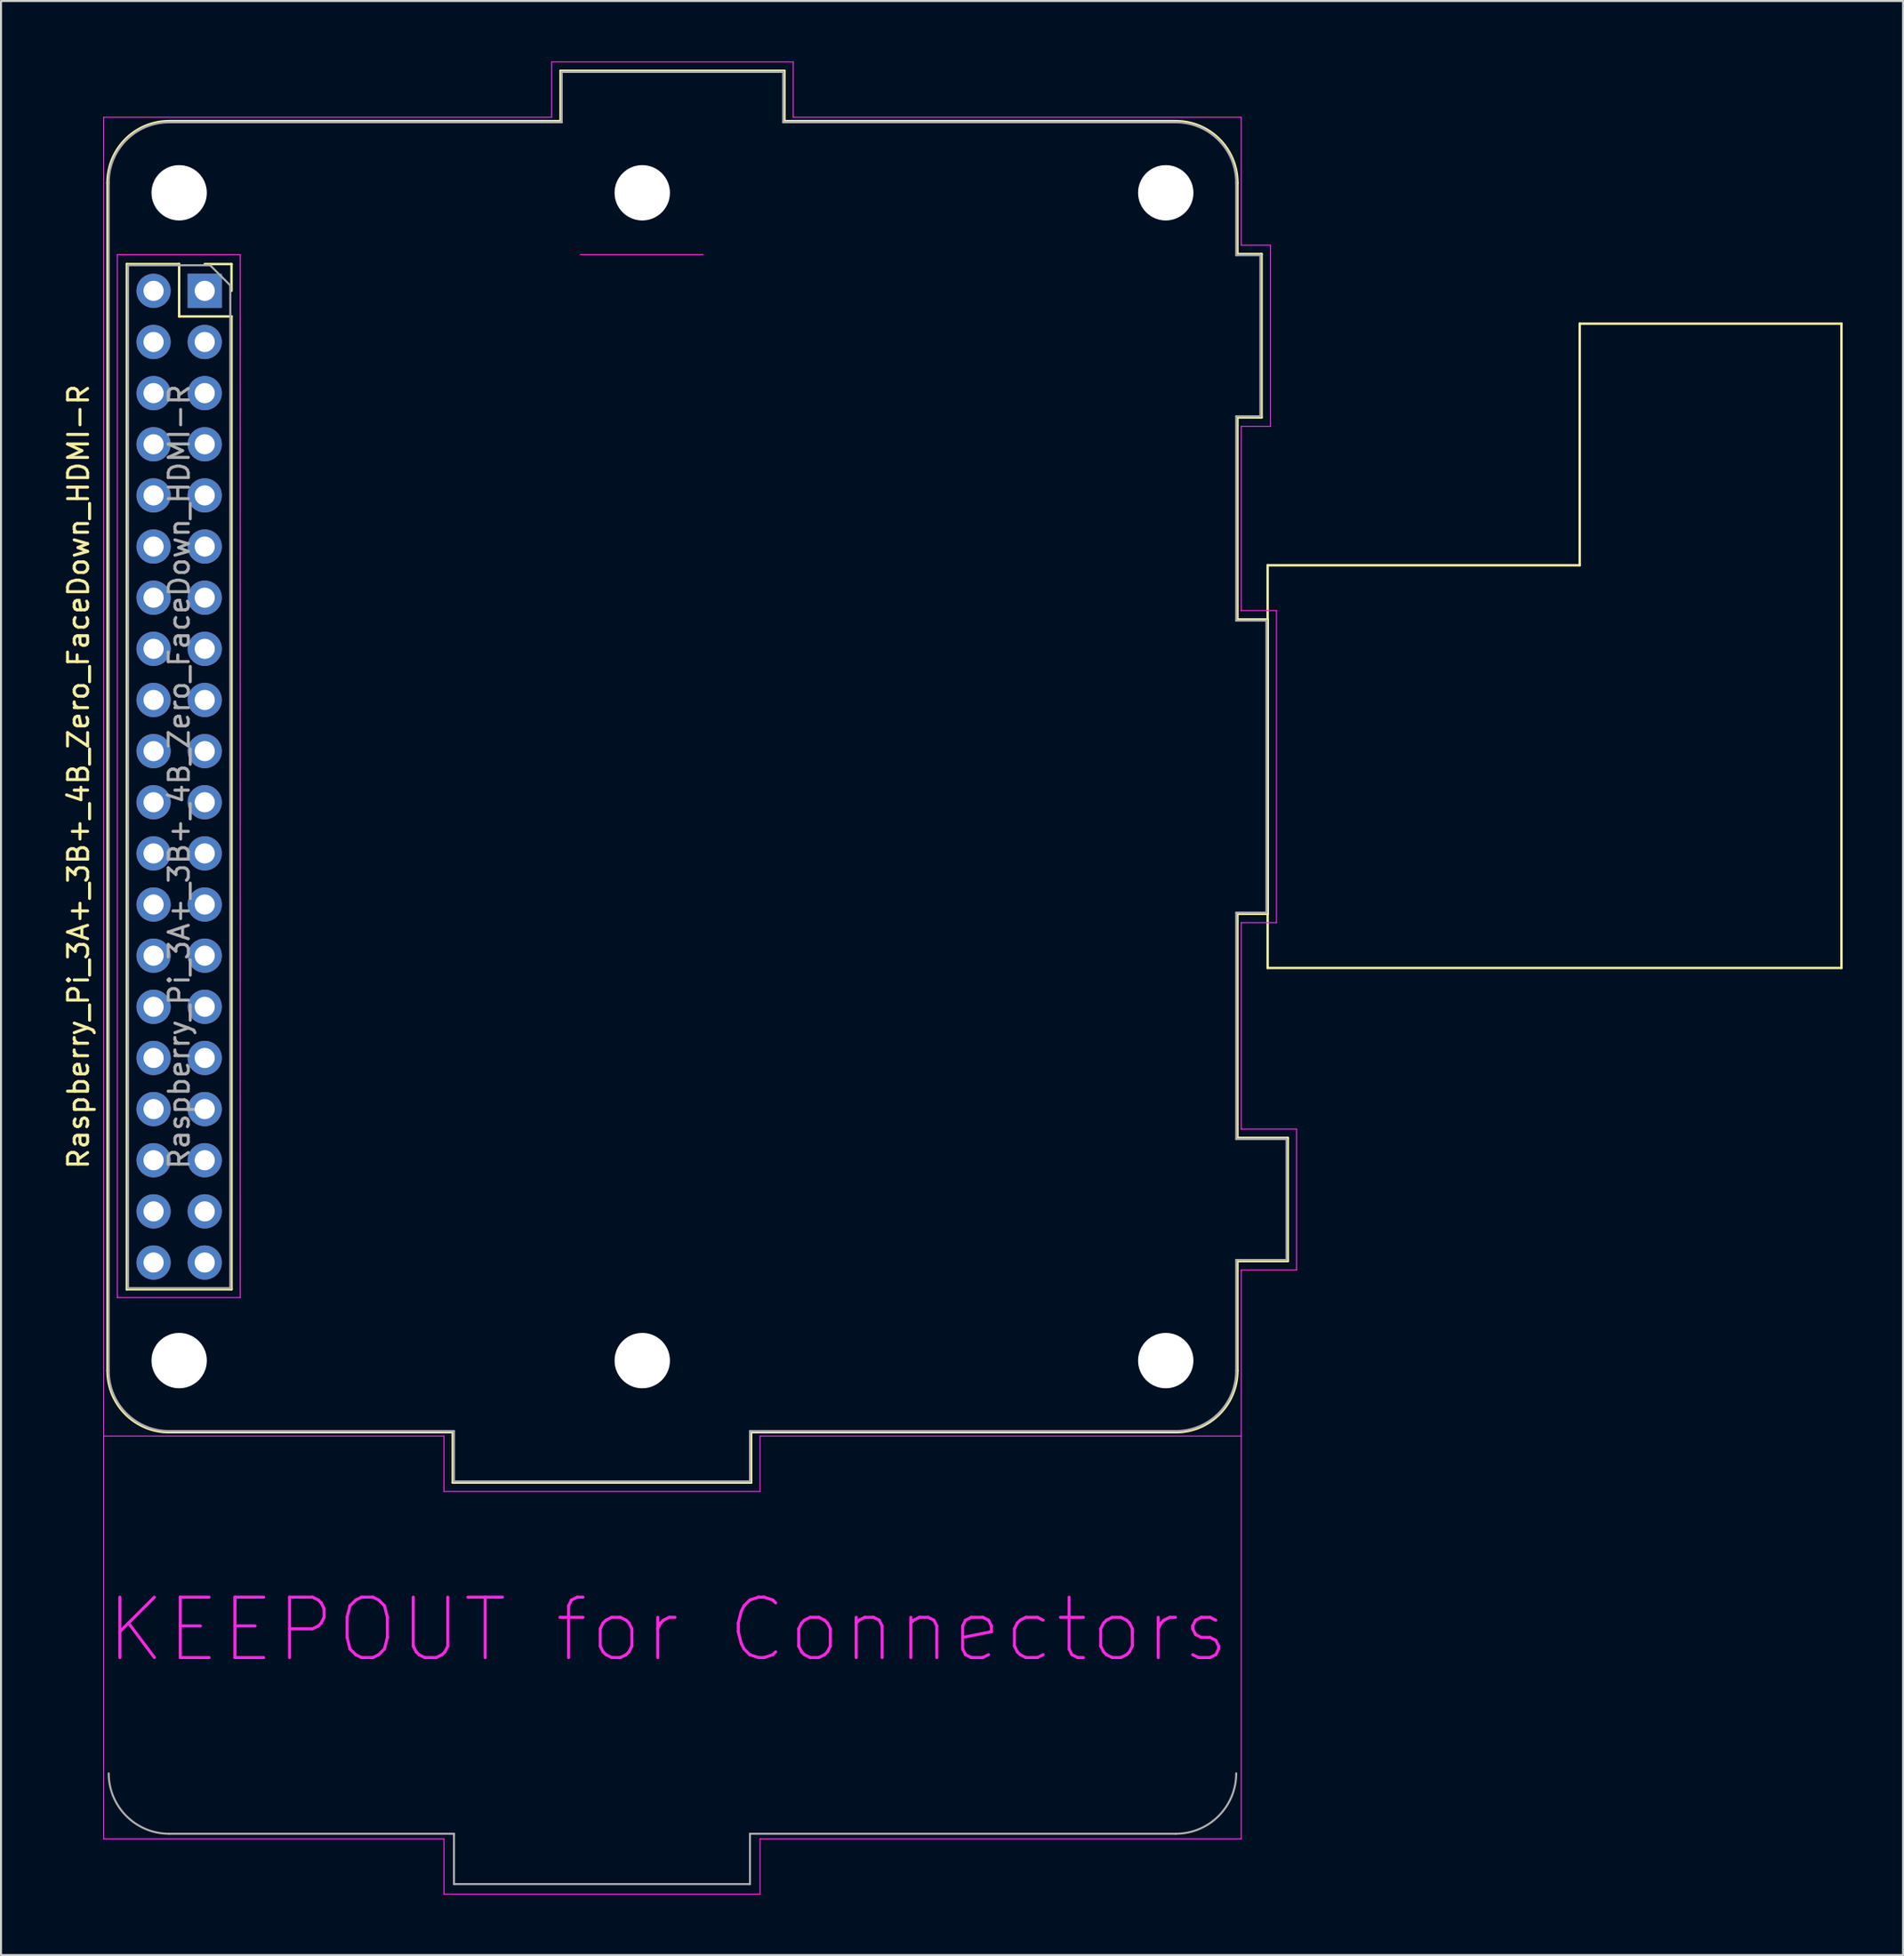
<source format=kicad_pcb>
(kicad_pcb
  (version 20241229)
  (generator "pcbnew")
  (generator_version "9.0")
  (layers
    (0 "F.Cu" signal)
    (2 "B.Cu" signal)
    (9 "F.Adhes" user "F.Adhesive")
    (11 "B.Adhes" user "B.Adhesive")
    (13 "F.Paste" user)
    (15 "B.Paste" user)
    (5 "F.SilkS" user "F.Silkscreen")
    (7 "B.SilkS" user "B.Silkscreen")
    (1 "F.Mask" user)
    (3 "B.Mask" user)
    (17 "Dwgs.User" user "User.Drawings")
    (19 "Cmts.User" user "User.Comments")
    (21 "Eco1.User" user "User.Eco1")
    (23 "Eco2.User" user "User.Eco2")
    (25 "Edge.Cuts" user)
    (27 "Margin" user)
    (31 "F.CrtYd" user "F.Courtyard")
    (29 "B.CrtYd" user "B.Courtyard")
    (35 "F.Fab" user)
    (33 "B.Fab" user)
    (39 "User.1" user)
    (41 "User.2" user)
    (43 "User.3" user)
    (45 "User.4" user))
  (footprint "Raspberry_Pi_3A+_3B+_4B_Zero_FaceDown_HDMI-R"
    (layer "F.Cu")
    (at 7.118 11.395)
    (property "Reference" "Raspberry_Pi_3A+_3B+_4B_Zero_FaceDown_HDMI-R" (at -6.27 24.13 90) (layer "F.SilkS") (effects (font (size 1 1) (thickness 0.15))))
    (attr through_hole)
    (fp_line (start -4.83 53.63) (end -4.83 -5.37) (stroke (width 0.12) (type solid)) (layer "F.SilkS"))
    (fp_line (start -3.87 -1.33) (end -3.87 49.59) (stroke (width 0.12) (type solid)) (layer "F.SilkS"))
    (fp_line (start -3.87 -1.33) (end -1.27 -1.33) (stroke (width 0.12) (type solid)) (layer "F.SilkS"))
    (fp_line (start -3.87 49.59) (end 1.33 49.59) (stroke (width 0.12) (type solid)) (layer "F.SilkS"))
    (fp_line (start -1.77 -8.43) (end 17.67 -8.43) (stroke (width 0.12) (type solid)) (layer "F.SilkS"))
    (fp_line (start -1.77 56.69) (end 12.32 56.69) (stroke (width 0.12) (type solid)) (layer "F.SilkS"))
    (fp_line (start -1.27 -1.33) (end -1.27 1.27) (stroke (width 0.12) (type solid)) (layer "F.SilkS"))
    (fp_line (start -1.27 1.27) (end 1.33 1.27) (stroke (width 0.12) (type solid)) (layer "F.SilkS"))
    (fp_line (start 0 -1.33) (end 1.33 -1.33) (stroke (width 0.12) (type solid)) (layer "F.SilkS"))
    (fp_line (start 1.33 -1.33) (end 1.33 0) (stroke (width 0.12) (type solid)) (layer "F.SilkS"))
    (fp_line (start 1.33 1.27) (end 1.33 49.59) (stroke (width 0.12) (type solid)) (layer "F.SilkS"))
    (fp_line (start 12.32 56.69) (end 12.32 59.19) (stroke (width 0.12) (type solid)) (layer "F.SilkS"))
    (fp_line (start 12.32 59.19) (end 27.14 59.19) (stroke (width 0.12) (type solid)) (layer "F.SilkS"))
    (fp_line (start 17.67 -10.93) (end 17.67 -8.43) (stroke (width 0.12) (type solid)) (layer "F.SilkS"))
    (fp_line (start 27.14 56.69) (end 48.23 56.69) (stroke (width 0.12) (type solid)) (layer "F.SilkS"))
    (fp_line (start 27.14 59.19) (end 27.14 56.69) (stroke (width 0.12) (type solid)) (layer "F.SilkS"))
    (fp_line (start 28.79 -10.93) (end 17.67 -10.93) (stroke (width 0.12) (type solid)) (layer "F.SilkS"))
    (fp_line (start 28.79 -8.43) (end 28.79 -10.93) (stroke (width 0.12) (type solid)) (layer "F.SilkS"))
    (fp_line (start 48.23 -8.43) (end 28.79 -8.43) (stroke (width 0.12) (type solid)) (layer "F.SilkS"))
    (fp_line (start 51.29 -5.37) (end 51.29 -1.83) (stroke (width 0.12) (type solid)) (layer "F.SilkS"))
    (fp_line (start 51.29 -1.83) (end 52.49 -1.83) (stroke (width 0.12) (type solid)) (layer "F.SilkS"))
    (fp_line (start 51.29 6.29) (end 51.29 16.32) (stroke (width 0.12) (type solid)) (layer "F.SilkS"))
    (fp_line (start 51.29 16.32) (end 52.79 16.32) (stroke (width 0.12) (type solid)) (layer "F.SilkS"))
    (fp_line (start 51.29 30.94) (end 51.29 42.07) (stroke (width 0.12) (type solid)) (layer "F.SilkS"))
    (fp_line (start 51.29 42.07) (end 53.79 42.07) (stroke (width 0.12) (type solid)) (layer "F.SilkS"))
    (fp_line (start 51.29 48.19) (end 51.29 53.63) (stroke (width 0.12) (type solid)) (layer "F.SilkS"))
    (fp_line (start 52.49 -1.83) (end 52.49 6.29) (stroke (width 0.12) (type solid)) (layer "F.SilkS"))
    (fp_line (start 52.49 6.29) (end 51.29 6.29) (stroke (width 0.12) (type solid)) (layer "F.SilkS"))
    (fp_line (start 52.79 13.63) (end 52.79 33.63) (stroke (width 0.12) (type solid)) (layer "F.SilkS"))
    (fp_line (start 52.79 13.63) (end 68.29 13.63) (stroke (width 0.12) (type solid)) (layer "F.SilkS"))
    (fp_line (start 52.79 16.32) (end 52.79 30.94) (stroke (width 0.12) (type solid)) (layer "F.SilkS"))
    (fp_line (start 52.79 30.94) (end 51.29 30.94) (stroke (width 0.12) (type solid)) (layer "F.SilkS"))
    (fp_line (start 52.79 33.63) (end 81.29 33.63) (stroke (width 0.12) (type solid)) (layer "F.SilkS"))
    (fp_line (start 53.79 42.07) (end 53.79 48.19) (stroke (width 0.12) (type solid)) (layer "F.SilkS"))
    (fp_line (start 53.79 48.19) (end 51.29 48.19) (stroke (width 0.12) (type solid)) (layer "F.SilkS"))
    (fp_line (start 68.29 1.63) (end 68.29 13.63) (stroke (width 0.12) (type solid)) (layer "F.SilkS"))
    (fp_line (start 81.29 1.63) (end 68.29 1.63) (stroke (width 0.12) (type solid)) (layer "F.SilkS"))
    (fp_line (start 81.29 1.63) (end 81.29 33.63) (stroke (width 0.12) (type solid)) (layer "F.SilkS"))
    (fp_arc (start -4.83 -5.37) (mid -3.933747 -7.533747) (end -1.77 -8.43) (stroke (width 0.12) (type solid)) (layer "F.SilkS"))
    (fp_arc (start -1.77 56.69) (mid -3.933747 55.793747) (end -4.83 53.63) (stroke (width 0.12) (type solid)) (layer "F.SilkS"))
    (fp_arc (start 48.23 -8.43) (mid 50.393747 -7.533747) (end 51.29 -5.37) (stroke (width 0.12) (type solid)) (layer "F.SilkS"))
    (fp_arc (start 51.29 53.63) (mid 50.393747 55.793747) (end 48.23 56.69) (stroke (width 0.12) (type solid)) (layer "F.SilkS"))
    (fp_line (start -5.02 -8.62) (end 17.23 -8.62) (stroke (width 0.05) (type solid)) (layer "F.CrtYd"))
    (fp_line (start -5.02 76.88) (end -5.02 -8.62) (stroke (width 0.05) (type solid)) (layer "F.CrtYd"))
    (fp_line (start -4.34 -1.8) (end 1.76 -1.8) (stroke (width 0.05) (type solid)) (layer "F.CrtYd"))
    (fp_line (start -4.34 50) (end -4.34 -1.8) (stroke (width 0.05) (type solid)) (layer "F.CrtYd"))
    (fp_line (start 1.76 -1.8) (end 1.76 50) (stroke (width 0.05) (type solid)) (layer "F.CrtYd"))
    (fp_line (start 1.76 50) (end -4.34 50) (stroke (width 0.05) (type solid)) (layer "F.CrtYd"))
    (fp_line (start 11.88 56.88) (end -5.02 56.88) (stroke (width 0.05) (type solid)) (layer "F.CrtYd"))
    (fp_line (start 11.88 59.63) (end 11.88 56.88) (stroke (width 0.05) (type solid)) (layer "F.CrtYd"))
    (fp_line (start 11.88 76.88) (end -5.02 76.88) (stroke (width 0.05) (type solid)) (layer "F.CrtYd"))
    (fp_line (start 11.88 79.63) (end 11.88 76.88) (stroke (width 0.05) (type solid)) (layer "F.CrtYd"))
    (fp_line (start 17.23 -11.37) (end 29.23 -11.37) (stroke (width 0.05) (type solid)) (layer "F.CrtYd"))
    (fp_line (start 17.23 -8.62) (end 17.23 -11.37) (stroke (width 0.05) (type solid)) (layer "F.CrtYd"))
    (fp_line (start 18.66 -1.8) (end 24.76 -1.8) (stroke (width 0.05) (type solid)) (layer "F.CrtYd"))
    (fp_line (start 27.58 56.88) (end 27.58 59.63) (stroke (width 0.05) (type solid)) (layer "F.CrtYd"))
    (fp_line (start 27.58 59.63) (end 11.88 59.63) (stroke (width 0.05) (type solid)) (layer "F.CrtYd"))
    (fp_line (start 27.58 76.88) (end 27.58 79.63) (stroke (width 0.05) (type solid)) (layer "F.CrtYd"))
    (fp_line (start 27.58 79.63) (end 11.88 79.63) (stroke (width 0.05) (type solid)) (layer "F.CrtYd"))
    (fp_line (start 29.23 -11.37) (end 29.23 -8.62) (stroke (width 0.05) (type solid)) (layer "F.CrtYd"))
    (fp_line (start 29.23 -8.62) (end 51.48 -8.62) (stroke (width 0.05) (type solid)) (layer "F.CrtYd"))
    (fp_line (start 51.48 -8.62) (end 51.48 -2.27) (stroke (width 0.05) (type solid)) (layer "F.CrtYd"))
    (fp_line (start 51.48 -2.27) (end 52.93 -2.27) (stroke (width 0.05) (type solid)) (layer "F.CrtYd"))
    (fp_line (start 51.48 6.73) (end 51.48 15.88) (stroke (width 0.05) (type solid)) (layer "F.CrtYd"))
    (fp_line (start 51.48 15.88) (end 53.23 15.88) (stroke (width 0.05) (type solid)) (layer "F.CrtYd"))
    (fp_line (start 51.48 31.38) (end 51.48 41.63) (stroke (width 0.05) (type solid)) (layer "F.CrtYd"))
    (fp_line (start 51.48 41.63) (end 54.23 41.63) (stroke (width 0.05) (type solid)) (layer "F.CrtYd"))
    (fp_line (start 51.48 48.63) (end 51.48 76.88) (stroke (width 0.05) (type solid)) (layer "F.CrtYd"))
    (fp_line (start 51.48 56.88) (end 27.58 56.88) (stroke (width 0.05) (type solid)) (layer "F.CrtYd"))
    (fp_line (start 51.48 76.88) (end 27.58 76.88) (stroke (width 0.05) (type solid)) (layer "F.CrtYd"))
    (fp_line (start 52.93 -2.27) (end 52.93 6.73) (stroke (width 0.05) (type solid)) (layer "F.CrtYd"))
    (fp_line (start 52.93 6.73) (end 51.48 6.73) (stroke (width 0.05) (type solid)) (layer "F.CrtYd"))
    (fp_line (start 53.23 15.88) (end 53.23 31.38) (stroke (width 0.05) (type solid)) (layer "F.CrtYd"))
    (fp_line (start 53.23 31.38) (end 51.48 31.38) (stroke (width 0.05) (type solid)) (layer "F.CrtYd"))
    (fp_line (start 54.23 41.63) (end 54.23 48.63) (stroke (width 0.05) (type solid)) (layer "F.CrtYd"))
    (fp_line (start 54.23 48.63) (end 51.48 48.63) (stroke (width 0.05) (type solid)) (layer "F.CrtYd"))
    (fp_line (start -4.77 53.63) (end -4.77 -5.37) (stroke (width 0.1) (type solid)) (layer "F.Fab"))
    (fp_line (start -3.81 -1.27) (end 0.27 -1.27) (stroke (width 0.1) (type solid)) (layer "F.Fab"))
    (fp_line (start -3.81 49.53) (end -3.81 -1.27) (stroke (width 0.1) (type solid)) (layer "F.Fab"))
    (fp_line (start -1.77 -8.37) (end 17.73 -8.37) (stroke (width 0.1) (type solid)) (layer "F.Fab"))
    (fp_line (start 0.27 -1.27) (end 1.27 -0.27) (stroke (width 0.1) (type solid)) (layer "F.Fab"))
    (fp_line (start 1.27 -0.27) (end 1.27 49.53) (stroke (width 0.1) (type solid)) (layer "F.Fab"))
    (fp_line (start 1.27 49.53) (end -3.81 49.53) (stroke (width 0.1) (type solid)) (layer "F.Fab"))
    (fp_line (start 12.38 56.63) (end -1.77 56.63) (stroke (width 0.1) (type solid)) (layer "F.Fab"))
    (fp_line (start 12.38 59.13) (end 12.38 56.63) (stroke (width 0.1) (type solid)) (layer "F.Fab"))
    (fp_line (start 12.38 76.63) (end -1.77 76.63) (stroke (width 0.1) (type solid)) (layer "F.Fab"))
    (fp_line (start 12.38 79.13) (end 12.38 76.63) (stroke (width 0.1) (type solid)) (layer "F.Fab"))
    (fp_line (start 17.73 -10.87) (end 17.73 -8.37) (stroke (width 0.1) (type solid)) (layer "F.Fab"))
    (fp_line (start 27.08 56.63) (end 27.08 59.13) (stroke (width 0.1) (type solid)) (layer "F.Fab"))
    (fp_line (start 27.08 59.13) (end 12.38 59.13) (stroke (width 0.1) (type solid)) (layer "F.Fab"))
    (fp_line (start 27.08 76.63) (end 27.08 79.13) (stroke (width 0.1) (type solid)) (layer "F.Fab"))
    (fp_line (start 27.08 79.13) (end 12.38 79.13) (stroke (width 0.1) (type solid)) (layer "F.Fab"))
    (fp_line (start 28.73 -10.87) (end 17.73 -10.87) (stroke (width 0.1) (type solid)) (layer "F.Fab"))
    (fp_line (start 28.73 -8.37) (end 28.73 -10.87) (stroke (width 0.1) (type solid)) (layer "F.Fab"))
    (fp_line (start 48.23 -8.37) (end 28.73 -8.37) (stroke (width 0.1) (type solid)) (layer "F.Fab"))
    (fp_line (start 48.23 56.63) (end 27.08 56.63) (stroke (width 0.1) (type solid)) (layer "F.Fab"))
    (fp_line (start 48.23 76.63) (end 27.08 76.63) (stroke (width 0.1) (type solid)) (layer "F.Fab"))
    (fp_line (start 51.23 -5.37) (end 51.23 -1.77) (stroke (width 0.1) (type solid)) (layer "F.Fab"))
    (fp_line (start 51.23 -1.77) (end 52.43 -1.77) (stroke (width 0.1) (type solid)) (layer "F.Fab"))
    (fp_line (start 51.23 6.23) (end 51.23 16.38) (stroke (width 0.1) (type solid)) (layer "F.Fab"))
    (fp_line (start 51.23 16.38) (end 52.73 16.38) (stroke (width 0.1) (type solid)) (layer "F.Fab"))
    (fp_line (start 51.23 30.88) (end 51.23 42.13) (stroke (width 0.1) (type solid)) (layer "F.Fab"))
    (fp_line (start 51.23 42.13) (end 53.73 42.13) (stroke (width 0.1) (type solid)) (layer "F.Fab"))
    (fp_line (start 51.23 48.13) (end 51.23 53.63) (stroke (width 0.1) (type solid)) (layer "F.Fab"))
    (fp_line (start 52.43 -1.77) (end 52.43 6.23) (stroke (width 0.1) (type solid)) (layer "F.Fab"))
    (fp_line (start 52.43 6.23) (end 51.23 6.23) (stroke (width 0.1) (type solid)) (layer "F.Fab"))
    (fp_line (start 52.73 16.38) (end 52.73 30.88) (stroke (width 0.1) (type solid)) (layer "F.Fab"))
    (fp_line (start 52.73 30.88) (end 51.23 30.88) (stroke (width 0.1) (type solid)) (layer "F.Fab"))
    (fp_line (start 53.73 42.13) (end 53.73 48.13) (stroke (width 0.1) (type solid)) (layer "F.Fab"))
    (fp_line (start 53.73 48.13) (end 51.23 48.13) (stroke (width 0.1) (type solid)) (layer "F.Fab"))
    (fp_arc (start -4.77 -5.37) (mid -3.89132 -7.49132) (end -1.77 -8.37) (stroke (width 0.1) (type solid)) (layer "F.Fab"))
    (fp_arc (start -1.77 56.63) (mid -3.89132 55.75132) (end -4.77 53.63) (stroke (width 0.1) (type solid)) (layer "F.Fab"))
    (fp_arc (start -1.77 76.63) (mid -3.89132 75.75132) (end -4.77 73.63) (stroke (width 0.1) (type solid)) (layer "F.Fab"))
    (fp_arc (start 48.23 -8.37) (mid 50.35132 -7.49132) (end 51.23 -5.37) (stroke (width 0.1) (type solid)) (layer "F.Fab"))
    (fp_arc (start 51.23 53.63) (mid 50.35132 55.75132) (end 48.23 56.63) (stroke (width 0.1) (type solid)) (layer "F.Fab"))
    (fp_arc (start 51.23 73.63) (mid 50.35132 75.75132) (end 48.23 76.63) (stroke (width 0.1) (type solid)) (layer "F.Fab"))
    (fp_text user "KEEPOUT for Connectors" (at 23 66.5 0) (layer "F.CrtYd") (effects (font (size 3 3) (thickness 0.15))))
    (fp_text user "${REFERENCE}" (at -1.27 24.13 90) (layer "F.Fab") (effects (font (size 1 1) (thickness 0.15))))
    (pad "" np_thru_hole circle (at -1.27 -4.87 90) (size 2.75 2.75) (drill 2.75) (layers "*.Cu" "*.Mask"))
    (pad "" np_thru_hole circle (at -1.27 53.13 90) (size 2.75 2.75) (drill 2.75) (layers "*.Cu" "*.Mask"))
    (pad "" np_thru_hole circle (at 21.73 -4.87 90) (size 2.75 2.75) (drill 2.75) (layers "*.Cu" "*.Mask"))
    (pad "" np_thru_hole circle (at 21.73 53.13 90) (size 2.75 2.75) (drill 2.75) (layers "*.Cu" "*.Mask"))
    (pad "" np_thru_hole circle (at 47.73 -4.87 90) (size 2.75 2.75) (drill 2.75) (layers "*.Cu" "*.Mask"))
    (pad "" np_thru_hole circle (at 47.73 53.13 90) (size 2.75 2.75) (drill 2.75) (layers "*.Cu" "*.Mask"))
    (pad "1" thru_hole rect (at 0 0) (size 1.7 1.7) (drill 1) (layers "*.Cu" "*.Mask"))
    (pad "2" thru_hole oval (at -2.54 0) (size 1.7 1.7) (drill 1) (layers "*.Cu" "*.Mask"))
    (pad "3" thru_hole oval (at 0 2.54) (size 1.7 1.7) (drill 1) (layers "*.Cu" "*.Mask"))
    (pad "4" thru_hole oval (at -2.54 2.54) (size 1.7 1.7) (drill 1) (layers "*.Cu" "*.Mask"))
    (pad "5" thru_hole oval (at 0 5.08) (size 1.7 1.7) (drill 1) (layers "*.Cu" "*.Mask"))
    (pad "6" thru_hole oval (at -2.54 5.08) (size 1.7 1.7) (drill 1) (layers "*.Cu" "*.Mask"))
    (pad "7" thru_hole oval (at 0 7.62) (size 1.7 1.7) (drill 1) (layers "*.Cu" "*.Mask"))
    (pad "8" thru_hole oval (at -2.54 7.62) (size 1.7 1.7) (drill 1) (layers "*.Cu" "*.Mask"))
    (pad "9" thru_hole oval (at 0 10.16) (size 1.7 1.7) (drill 1) (layers "*.Cu" "*.Mask"))
    (pad "10" thru_hole oval (at -2.54 10.16) (size 1.7 1.7) (drill 1) (layers "*.Cu" "*.Mask"))
    (pad "11" thru_hole oval (at 0 12.7) (size 1.7 1.7) (drill 1) (layers "*.Cu" "*.Mask"))
    (pad "12" thru_hole oval (at -2.54 12.7) (size 1.7 1.7) (drill 1) (layers "*.Cu" "*.Mask"))
    (pad "13" thru_hole oval (at 0 15.24) (size 1.7 1.7) (drill 1) (layers "*.Cu" "*.Mask"))
    (pad "14" thru_hole oval (at -2.54 15.24) (size 1.7 1.7) (drill 1) (layers "*.Cu" "*.Mask"))
    (pad "15" thru_hole oval (at 0 17.78) (size 1.7 1.7) (drill 1) (layers "*.Cu" "*.Mask"))
    (pad "16" thru_hole oval (at -2.54 17.78) (size 1.7 1.7) (drill 1) (layers "*.Cu" "*.Mask"))
    (pad "17" thru_hole oval (at 0 20.32) (size 1.7 1.7) (drill 1) (layers "*.Cu" "*.Mask"))
    (pad "18" thru_hole oval (at -2.54 20.32) (size 1.7 1.7) (drill 1) (layers "*.Cu" "*.Mask"))
    (pad "19" thru_hole oval (at 0 22.86) (size 1.7 1.7) (drill 1) (layers "*.Cu" "*.Mask"))
    (pad "20" thru_hole oval (at -2.54 22.86) (size 1.7 1.7) (drill 1) (layers "*.Cu" "*.Mask"))
    (pad "21" thru_hole oval (at 0 25.4) (size 1.7 1.7) (drill 1) (layers "*.Cu" "*.Mask"))
    (pad "22" thru_hole oval (at -2.54 25.4) (size 1.7 1.7) (drill 1) (layers "*.Cu" "*.Mask"))
    (pad "23" thru_hole oval (at 0 27.94) (size 1.7 1.7) (drill 1) (layers "*.Cu" "*.Mask"))
    (pad "24" thru_hole oval (at -2.54 27.94) (size 1.7 1.7) (drill 1) (layers "*.Cu" "*.Mask"))
    (pad "25" thru_hole oval (at 0 30.48) (size 1.7 1.7) (drill 1) (layers "*.Cu" "*.Mask"))
    (pad "26" thru_hole oval (at -2.54 30.48) (size 1.7 1.7) (drill 1) (layers "*.Cu" "*.Mask"))
    (pad "27" thru_hole oval (at 0 33.02) (size 1.7 1.7) (drill 1) (layers "*.Cu" "*.Mask"))
    (pad "28" thru_hole oval (at -2.54 33.02) (size 1.7 1.7) (drill 1) (layers "*.Cu" "*.Mask"))
    (pad "29" thru_hole oval (at 0 35.56) (size 1.7 1.7) (drill 1) (layers "*.Cu" "*.Mask"))
    (pad "30" thru_hole oval (at -2.54 35.56) (size 1.7 1.7) (drill 1) (layers "*.Cu" "*.Mask"))
    (pad "31" thru_hole oval (at 0 38.1) (size 1.7 1.7) (drill 1) (layers "*.Cu" "*.Mask"))
    (pad "32" thru_hole oval (at -2.54 38.1) (size 1.7 1.7) (drill 1) (layers "*.Cu" "*.Mask"))
    (pad "33" thru_hole oval (at 0 40.64) (size 1.7 1.7) (drill 1) (layers "*.Cu" "*.Mask"))
    (pad "34" thru_hole oval (at -2.54 40.64) (size 1.7 1.7) (drill 1) (layers "*.Cu" "*.Mask"))
    (pad "35" thru_hole oval (at 0 43.18) (size 1.7 1.7) (drill 1) (layers "*.Cu" "*.Mask"))
    (pad "36" thru_hole oval (at -2.54 43.18) (size 1.7 1.7) (drill 1) (layers "*.Cu" "*.Mask"))
    (pad "37" thru_hole oval (at 0 45.72) (size 1.7 1.7) (drill 1) (layers "*.Cu" "*.Mask"))
    (pad "38" thru_hole oval (at -2.54 45.72) (size 1.7 1.7) (drill 1) (layers "*.Cu" "*.Mask"))
    (pad "39" thru_hole oval (at 0 48.26) (size 1.7 1.7) (drill 1) (layers "*.Cu" "*.Mask"))
    (pad "40" thru_hole oval (at -2.54 48.26) (size 1.7 1.7) (drill 1) (layers "*.Cu" "*.Mask")))
  (gr_rect
    (start -3 -3)
    (end 91.468 94.05)
    (stroke (width 0.1) (type default))
    (fill no)
    (layer "Edge.Cuts")))
</source>
